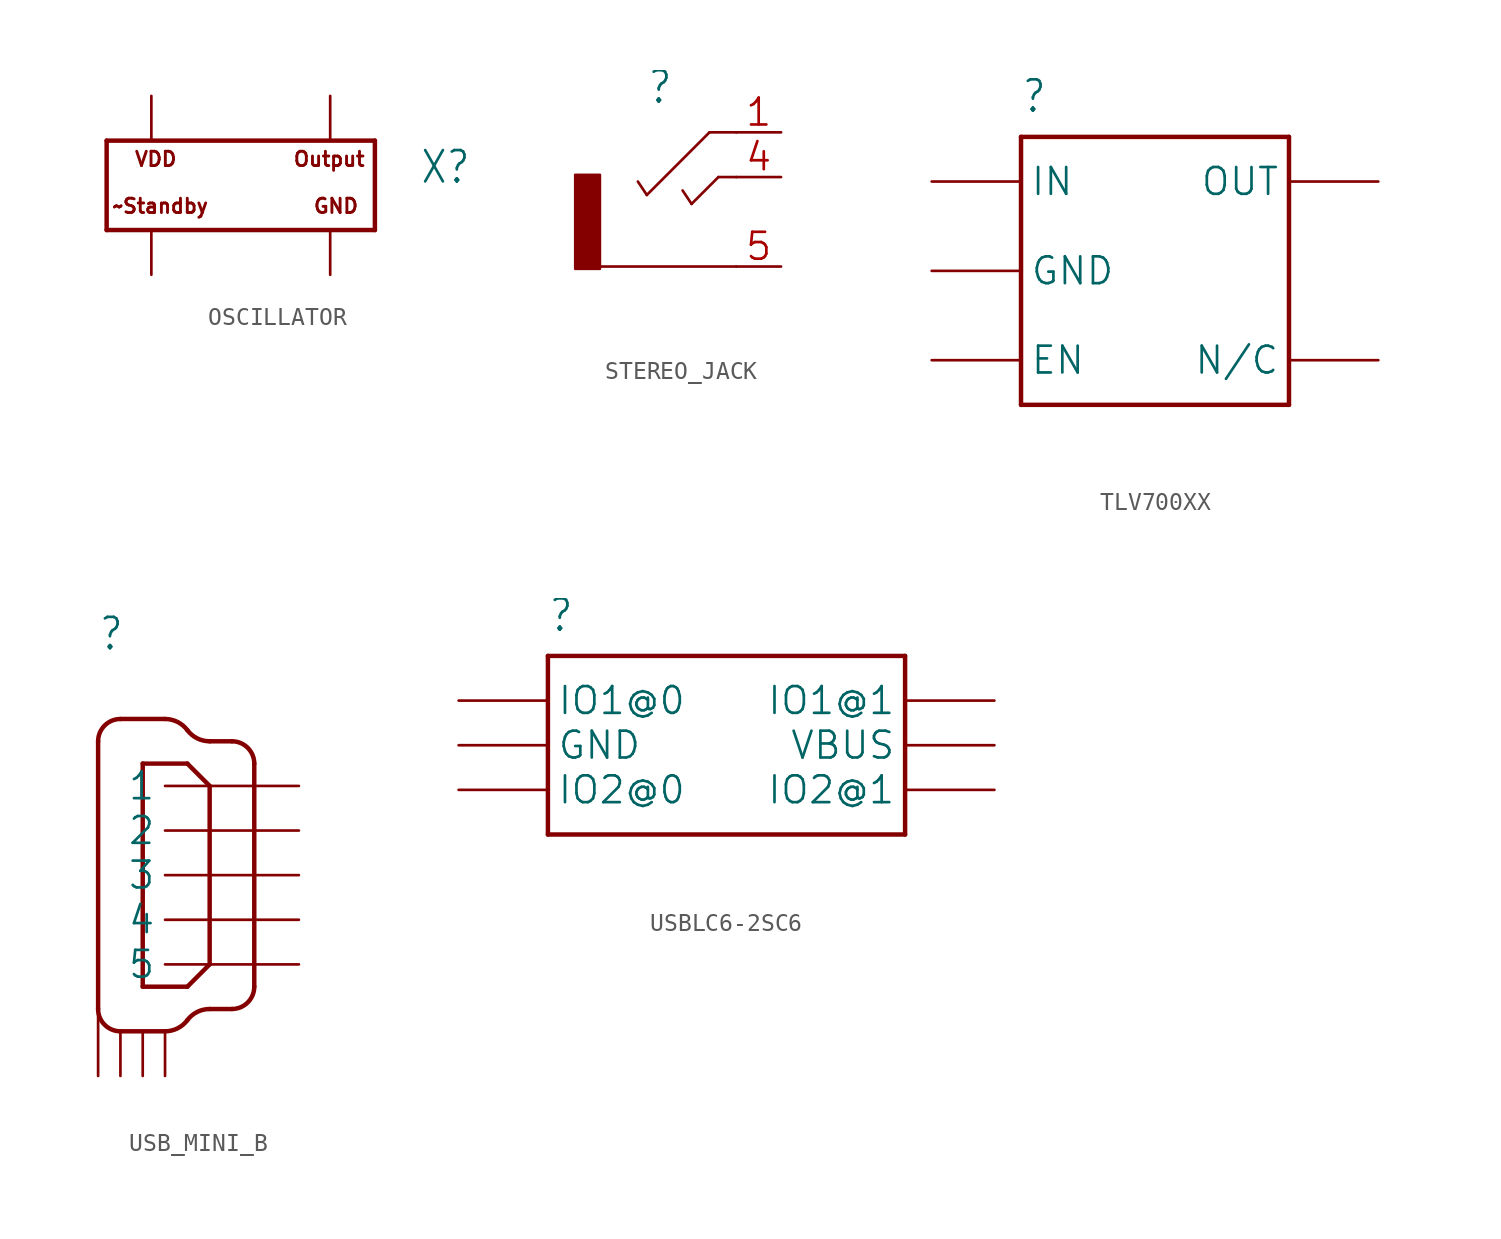
<source format=kicad_sym>
(kicad_symbol_lib
  (version 20241209)
  (generator "kicad_symbol_editor")
  (generator_version "9.0")
  (symbol "OSCILLATOR"
    (property "Reference" "X"
      (at 10.16 0 0)
      (effects (font (size 1.778 1.511)) (justify left bottom)))
    (property "Value" ""
      (at 10.16 -2.54 0)
      (effects (font (size 1.778 1.511)) (justify left bottom)))
    (symbol "OSCILLATOR_1_0"
      (polyline (pts (xy -7.62 2.54) (xy 7.62 2.54)) (stroke (width 0.254) (type solid)) (fill (type none)))
      (polyline (pts (xy -7.62 -2.54) (xy -7.62 2.54)) (stroke (width 0.254) (type solid)) (fill (type none)))
      (polyline (pts (xy 7.62 2.54) (xy 7.62 -2.54)) (stroke (width 0.254) (type solid)) (fill (type none)))
      (polyline (pts (xy 7.62 -2.54) (xy -7.62 -2.54)) (stroke (width 0.254) (type solid)) (fill (type none)))
      (text "~Standby" (at -7.366 -1.651 0) (effects (font (size 0.813 0.813) (thickness 0.163) (bold yes)) (justify left bottom)))
      (text "VDD" (at -6.096 1.016 0) (effects (font (size 0.813 0.813) (thickness 0.163) (bold yes)) (justify left bottom)))
      (text "Output" (at 2.921 1.016 0) (effects (font (size 0.813 0.813) (thickness 0.163) (bold yes)) (justify left bottom)))
      (text "GND" (at 4.064 -1.651 0) (effects (font (size 0.813 0.813) (thickness 0.163) (bold yes)) (justify left bottom)))
      (pin passive line (at -5.08 5.08 270) (length 2.54) (name "VDD" (effects (font (size 0 0)))) (number "4" (effects (font (size 0 0)))))
      (pin passive line (at -5.08 -5.08 90) (length 2.54) (name "STANDBY#" (effects (font (size 0 0)))) (number "1" (effects (font (size 0 0)))))
      (pin passive line (at 5.08 5.08 270) (length 2.54) (name "OUTPUT" (effects (font (size 0 0)))) (number "3" (effects (font (size 0 0)))))
      (pin passive line (at 5.08 -5.08 90) (length 2.54) (name "GND" (effects (font (size 0 0)))) (number "2" (effects (font (size 0 0)))))))
  (symbol "STEREO_JACK"
    (property "Reference" ""
      (at -2.54 6.604 0)
      (effects (font (size 1.778 1.511)) (justify left bottom)))
    (property "Value" ""
      (at -2.54 -6.096 0)
      (effects (font (size 1.778 1.511)) (justify left bottom)))
    (property "ki_locked" ""
      (at 0 0 0)
      (effects (font (size 1.27 1.27))))
    (symbol "STEREO_JACK_1_0"
      (rectangle (start -5.207 2.667) (end -6.604 -2.667) (stroke (width 0) (type default)) (fill (type outline)))
      (polyline (pts (xy -2.54 1.524) (xy -3.048 2.286)) (stroke (width 0.152) (type solid)) (fill (type none)))
      (polyline (pts (xy 0 1.016) (xy -0.508 1.778)) (stroke (width 0.152) (type solid)) (fill (type none)))
      (polyline (pts (xy 1.016 5.08) (xy -2.54 1.524)) (stroke (width 0.152) (type solid)) (fill (type none)))
      (polyline (pts (xy 1.524 2.54) (xy 0 1.016)) (stroke (width 0.152) (type solid)) (fill (type none)))
      (polyline (pts (xy 2.54 5.08) (xy 1.016 5.08)) (stroke (width 0.152) (type solid)) (fill (type none)))
      (polyline (pts (xy 2.54 2.54) (xy 1.524 2.54)) (stroke (width 0.152) (type solid)) (fill (type none)))
      (polyline (pts (xy 2.54 -2.54) (xy -5.207 -2.54)) (stroke (width 0.152) (type solid)) (fill (type none)))
      (pin passive line (at 5.08 5.08 180) (length 2.54) (name "1" (effects (font (size 0 0)))) (number "1" (effects (font (size 1.524 1.524)))))
      (pin passive line (at 5.08 2.54 180) (length 2.54) (name "4" (effects (font (size 0 0)))) (number "4" (effects (font (size 1.524 1.524)))))
      (pin passive line (at 5.08 -2.54 180) (length 2.54) (name "5" (effects (font (size 0 0)))) (number "5" (effects (font (size 1.524 1.524)))))))
  (symbol "TLV700XX"
    (property "Reference" ""
      (at -7.62 8.89 0)
      (effects (font (size 1.778 1.511)) (justify left bottom)))
    (property "Value" ""
      (at -7.62 -10.16 0)
      (effects (font (size 1.778 1.511)) (justify left bottom)))
    (property "ki_locked" ""
      (at 0 0 0)
      (effects (font (size 1.27 1.27))))
    (symbol "TLV700XX_1_0"
      (polyline (pts (xy -7.62 7.62) (xy -7.62 -7.62)) (stroke (width 0.254) (type solid)) (fill (type none)))
      (polyline (pts (xy -7.62 -7.62) (xy 7.62 -7.62)) (stroke (width 0.254) (type solid)) (fill (type none)))
      (polyline (pts (xy 7.62 7.62) (xy -7.62 7.62)) (stroke (width 0.254) (type solid)) (fill (type none)))
      (polyline (pts (xy 7.62 -7.62) (xy 7.62 7.62)) (stroke (width 0.254) (type solid)) (fill (type none)))
      (pin bidirectional line (at -12.7 5.08 0) (length 5.08) (name "IN" (effects (font (size 1.524 1.524)))) (number "1" (effects (font (size 0 0)))))
      (pin bidirectional line (at -12.7 0 0) (length 5.08) (name "GND" (effects (font (size 1.524 1.524)))) (number "2" (effects (font (size 0 0)))))
      (pin bidirectional line (at -12.7 -5.08 0) (length 5.08) (name "EN" (effects (font (size 1.524 1.524)))) (number "3" (effects (font (size 0 0)))))
      (pin bidirectional line (at 12.7 5.08 180) (length 5.08) (name "OUT" (effects (font (size 1.524 1.524)))) (number "5" (effects (font (size 0 0)))))
      (pin bidirectional line (at 12.7 -5.08 180) (length 5.08) (name "N/C" (effects (font (size 1.524 1.524)))) (number "4" (effects (font (size 0 0)))))))
  (symbol "USB_MINI_B"
    (property "Reference" ""
      (at -3.81 12.7 0)
      (effects (font (size 1.778 1.511)) (justify left bottom)))
    (property "Value" ""
      (at -3.81 10.16 0)
      (effects (font (size 1.778 1.511)) (justify left bottom)))
    (property "ki_locked" ""
      (at 0 0 0)
      (effects (font (size 1.27 1.27))))
    (symbol "USB_MINI_B_1_0"
      (polyline (pts (xy -3.81 7.62) (xy -3.81 -7.62)) (stroke (width 0.254) (type solid)) (fill (type none)))
      (polyline (pts (xy -2.54 8.89) (xy 0 8.89)) (stroke (width 0.254) (type solid)) (fill (type none)))
      (polyline (pts (xy -2.54 -8.89) (xy 0 -8.89)) (stroke (width 0.254) (type solid)) (fill (type none)))
      (arc (start -3.81 7.62) (mid -3.438 8.518) (end -2.54 8.89) (stroke (width 0.254) (type solid)) (fill (type none)))
      (arc (start -2.54 -8.89) (mid -3.438 -8.518) (end -3.81 -7.62) (stroke (width 0.254) (type solid)) (fill (type none)))
      (polyline (pts (xy -1.27 6.35) (xy 1.27 6.35)) (stroke (width 0.254) (type solid)) (fill (type none)))
      (polyline (pts (xy -1.27 -6.35) (xy -1.27 6.35)) (stroke (width 0.254) (type solid)) (fill (type none)))
      (arc (start 0 8.89) (mid 0.71 8.7224) (end 1.2701 8.255) (stroke (width 0.254) (type solid)) (fill (type none)))
      (arc (start 1.2701 -8.255) (mid 0.71 -8.7224) (end 0 -8.89) (stroke (width 0.254) (type solid)) (fill (type none)))
      (polyline (pts (xy 1.27 6.35) (xy 2.54 5.08)) (stroke (width 0.254) (type solid)) (fill (type none)))
      (polyline (pts (xy 1.27 -6.35) (xy -1.27 -6.35)) (stroke (width 0.254) (type solid)) (fill (type none)))
      (arc (start 2.54 7.62) (mid 1.83 7.7876) (end 1.27 8.255) (stroke (width 0.254) (type solid)) (fill (type none)))
      (polyline (pts (xy 2.54 7.62) (xy 3.81 7.62)) (stroke (width 0.254) (type solid)) (fill (type none)))
      (polyline (pts (xy 2.54 5.08) (xy 2.54 -5.08)) (stroke (width 0.254) (type solid)) (fill (type none)))
      (polyline (pts (xy 2.54 -5.08) (xy 1.27 -6.35)) (stroke (width 0.254) (type solid)) (fill (type none)))
      (polyline (pts (xy 2.54 -7.62) (xy 3.81 -7.62)) (stroke (width 0.254) (type solid)) (fill (type none)))
      (arc (start 1.27 -8.255) (mid 1.83 -7.7876) (end 2.54 -7.62) (stroke (width 0.254) (type solid)) (fill (type none)))
      (arc (start 3.81 7.62) (mid 4.708 7.248) (end 5.08 6.35) (stroke (width 0.254) (type solid)) (fill (type none)))
      (arc (start 5.08 -6.35) (mid 4.708 -7.248) (end 3.81 -7.62) (stroke (width 0.254) (type solid)) (fill (type none)))
      (polyline (pts (xy 5.08 -6.35) (xy 5.08 6.35)) (stroke (width 0.254) (type solid)) (fill (type none)))
      (pin bidirectional line (at -3.81 -11.43 90) (length 5.08) (name "P$4" (effects (font (size 0 0)))) (number "SHIELD_4" (effects (font (size 0 0)))))
      (pin bidirectional line (at -2.54 -11.43 90) (length 2.54) (name "P$3" (effects (font (size 0 0)))) (number "SHIELD_3" (effects (font (size 0 0)))))
      (pin bidirectional line (at -1.27 -11.43 90) (length 2.54) (name "P$2" (effects (font (size 0 0)))) (number "SHIELD_2" (effects (font (size 0 0)))))
      (pin bidirectional line (at 0 -11.43 90) (length 2.54) (name "P$1" (effects (font (size 0 0)))) (number "SHIELD_1" (effects (font (size 0 0)))))
      (pin bidirectional line (at 7.62 5.08 180) (length 7.62) (name "1" (effects (font (size 1.524 1.524)))) (number "P$1" (effects (font (size 0 0)))))
      (pin bidirectional line (at 7.62 2.54 180) (length 7.62) (name "2" (effects (font (size 1.524 1.524)))) (number "P$2" (effects (font (size 0 0)))))
      (pin bidirectional line (at 7.62 0 180) (length 7.62) (name "3" (effects (font (size 1.524 1.524)))) (number "P$3" (effects (font (size 0 0)))))
      (pin bidirectional line (at 7.62 -2.54 180) (length 7.62) (name "4" (effects (font (size 1.524 1.524)))) (number "P$4" (effects (font (size 0 0)))))
      (pin bidirectional line (at 7.62 -5.08 180) (length 7.62) (name "5" (effects (font (size 1.524 1.524)))) (number "P$5" (effects (font (size 0 0)))))))
  (symbol "USBLC6-2SC6"
    (property "Reference" ""
      (at -10.16 8.89 0)
      (effects (font (size 1.778 1.511)) (justify left bottom)))
    (property "Value" ""
      (at -10.16 -5.08 0)
      (effects (font (size 1.778 1.511)) (justify left bottom)))
    (property "ki_locked" ""
      (at 0 0 0)
      (effects (font (size 1.27 1.27))))
    (symbol "USBLC6-2SC6_1_0"
      (polyline (pts (xy -10.16 7.62) (xy -10.16 -2.54)) (stroke (width 0.254) (type solid)) (fill (type none)))
      (polyline (pts (xy -10.16 -2.54) (xy 10.16 -2.54)) (stroke (width 0.254) (type solid)) (fill (type none)))
      (polyline (pts (xy 10.16 7.62) (xy -10.16 7.62)) (stroke (width 0.254) (type solid)) (fill (type none)))
      (polyline (pts (xy 10.16 -2.54) (xy 10.16 7.62)) (stroke (width 0.254) (type solid)) (fill (type none)))
      (pin bidirectional line (at -15.24 5.08 0) (length 5.08) (name "IO1@0" (effects (font (size 1.524 1.524)))) (number "P$1" (effects (font (size 0 0)))))
      (pin bidirectional line (at -15.24 2.54 0) (length 5.08) (name "GND" (effects (font (size 1.524 1.524)))) (number "P$2" (effects (font (size 0 0)))))
      (pin bidirectional line (at -15.24 0 0) (length 5.08) (name "IO2@0" (effects (font (size 1.524 1.524)))) (number "P$3" (effects (font (size 0 0)))))
      (pin bidirectional line (at 15.24 5.08 180) (length 5.08) (name "IO1@1" (effects (font (size 1.524 1.524)))) (number "P$6" (effects (font (size 0 0)))))
      (pin bidirectional line (at 15.24 2.54 180) (length 5.08) (name "VBUS" (effects (font (size 1.524 1.524)))) (number "P$5" (effects (font (size 0 0)))))
      (pin bidirectional line (at 15.24 0 180) (length 5.08) (name "IO2@1" (effects (font (size 1.524 1.524)))) (number "P$4" (effects (font (size 0 0))))))))
</source>
